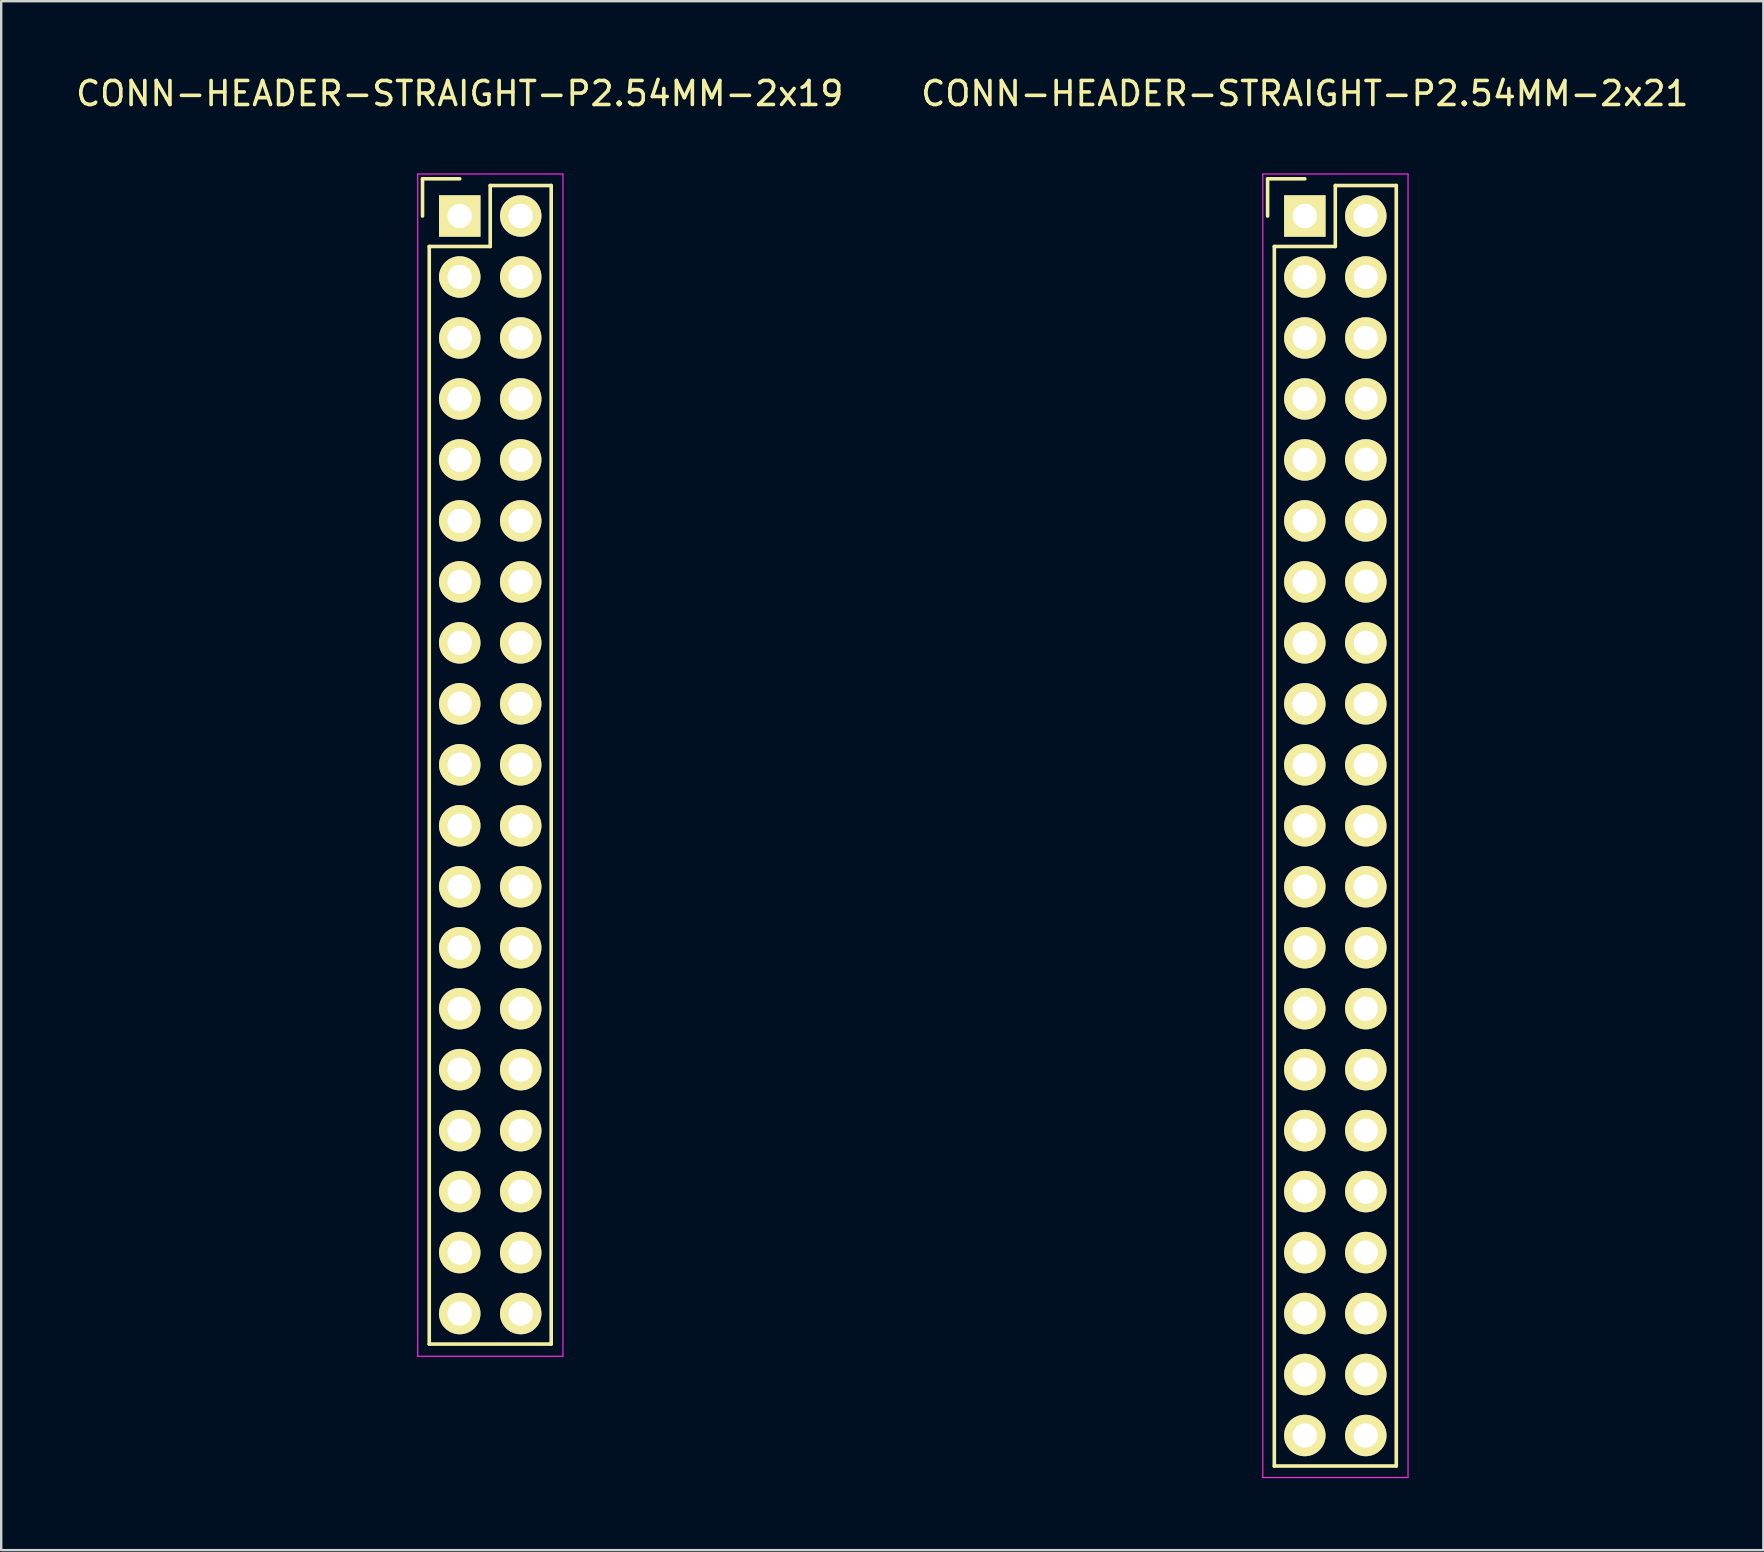
<source format=kicad_pcb>
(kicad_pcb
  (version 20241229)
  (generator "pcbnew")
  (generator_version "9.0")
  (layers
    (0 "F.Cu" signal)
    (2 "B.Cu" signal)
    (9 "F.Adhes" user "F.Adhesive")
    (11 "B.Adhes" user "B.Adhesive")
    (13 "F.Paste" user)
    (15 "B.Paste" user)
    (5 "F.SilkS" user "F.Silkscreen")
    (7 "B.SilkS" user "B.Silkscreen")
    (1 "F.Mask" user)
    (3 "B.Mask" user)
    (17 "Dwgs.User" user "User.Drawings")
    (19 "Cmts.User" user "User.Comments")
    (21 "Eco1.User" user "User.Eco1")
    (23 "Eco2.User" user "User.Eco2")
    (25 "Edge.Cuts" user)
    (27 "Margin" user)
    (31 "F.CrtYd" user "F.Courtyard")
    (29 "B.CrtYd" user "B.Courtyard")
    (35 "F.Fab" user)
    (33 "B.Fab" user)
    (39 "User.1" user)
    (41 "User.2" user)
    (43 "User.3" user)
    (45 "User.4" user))
  (footprint "CONN-HEADER-STRAIGHT-P2.54MM-2x21"
    (layer "F.Cu")
    (at 51.304 5.948)
    (property "Reference" "CONN-HEADER-STRAIGHT-P2.54MM-2x21" (at 0 -5.1 0) (layer "F.SilkS") (effects (font (size 1 1) (thickness 0.15))))
    (attr through_hole)
    (fp_line (start -1.55 -1.55) (end -1.55 0) (stroke (width 0.15) (type solid)) (layer "F.SilkS"))
    (fp_line (start -1.27 1.27) (end -1.27 52.07) (stroke (width 0.15) (type solid)) (layer "F.SilkS"))
    (fp_line (start 0 -1.55) (end -1.55 -1.55) (stroke (width 0.15) (type solid)) (layer "F.SilkS"))
    (fp_line (start 1.27 -1.27) (end 1.27 1.27) (stroke (width 0.15) (type solid)) (layer "F.SilkS"))
    (fp_line (start 1.27 1.27) (end -1.27 1.27) (stroke (width 0.15) (type solid)) (layer "F.SilkS"))
    (fp_line (start 3.81 -1.27) (end 1.27 -1.27) (stroke (width 0.15) (type solid)) (layer "F.SilkS"))
    (fp_line (start 3.81 52.07) (end -1.27 52.07) (stroke (width 0.15) (type solid)) (layer "F.SilkS"))
    (fp_line (start 3.81 52.07) (end 3.81 -1.27) (stroke (width 0.15) (type solid)) (layer "F.SilkS"))
    (fp_line (start -1.75 -1.75) (end -1.75 52.55) (stroke (width 0.05) (type solid)) (layer "F.CrtYd"))
    (fp_line (start -1.75 -1.75) (end 4.3 -1.75) (stroke (width 0.05) (type solid)) (layer "F.CrtYd"))
    (fp_line (start -1.75 52.55) (end 4.3 52.55) (stroke (width 0.05) (type solid)) (layer "F.CrtYd"))
    (fp_line (start 4.3 -1.75) (end 4.3 52.55) (stroke (width 0.05) (type solid)) (layer "F.CrtYd"))
    (pad "1" thru_hole rect (at 0 0) (size 1.727 1.727) (drill 1.016) (layers "*.Cu" "*.Mask" "F.SilkS"))
    (pad "2" thru_hole oval (at 2.54 0) (size 1.727 1.727) (drill 1.016) (layers "*.Cu" "*.Mask" "F.SilkS"))
    (pad "3" thru_hole oval (at 0 2.54) (size 1.727 1.727) (drill 1.016) (layers "*.Cu" "*.Mask" "F.SilkS"))
    (pad "4" thru_hole oval (at 2.54 2.54) (size 1.727 1.727) (drill 1.016) (layers "*.Cu" "*.Mask" "F.SilkS"))
    (pad "5" thru_hole oval (at 0 5.08) (size 1.727 1.727) (drill 1.016) (layers "*.Cu" "*.Mask" "F.SilkS"))
    (pad "6" thru_hole oval (at 2.54 5.08) (size 1.727 1.727) (drill 1.016) (layers "*.Cu" "*.Mask" "F.SilkS"))
    (pad "7" thru_hole oval (at 0 7.62) (size 1.727 1.727) (drill 1.016) (layers "*.Cu" "*.Mask" "F.SilkS"))
    (pad "8" thru_hole oval (at 2.54 7.62) (size 1.727 1.727) (drill 1.016) (layers "*.Cu" "*.Mask" "F.SilkS"))
    (pad "9" thru_hole oval (at 0 10.16) (size 1.727 1.727) (drill 1.016) (layers "*.Cu" "*.Mask" "F.SilkS"))
    (pad "10" thru_hole oval (at 2.54 10.16) (size 1.727 1.727) (drill 1.016) (layers "*.Cu" "*.Mask" "F.SilkS"))
    (pad "11" thru_hole oval (at 0 12.7) (size 1.727 1.727) (drill 1.016) (layers "*.Cu" "*.Mask" "F.SilkS"))
    (pad "12" thru_hole oval (at 2.54 12.7) (size 1.727 1.727) (drill 1.016) (layers "*.Cu" "*.Mask" "F.SilkS"))
    (pad "13" thru_hole oval (at 0 15.24) (size 1.727 1.727) (drill 1.016) (layers "*.Cu" "*.Mask" "F.SilkS"))
    (pad "14" thru_hole oval (at 2.54 15.24) (size 1.727 1.727) (drill 1.016) (layers "*.Cu" "*.Mask" "F.SilkS"))
    (pad "15" thru_hole oval (at 0 17.78) (size 1.727 1.727) (drill 1.016) (layers "*.Cu" "*.Mask" "F.SilkS"))
    (pad "16" thru_hole oval (at 2.54 17.78) (size 1.727 1.727) (drill 1.016) (layers "*.Cu" "*.Mask" "F.SilkS"))
    (pad "17" thru_hole oval (at 0 20.32) (size 1.727 1.727) (drill 1.016) (layers "*.Cu" "*.Mask" "F.SilkS"))
    (pad "18" thru_hole oval (at 2.54 20.32) (size 1.727 1.727) (drill 1.016) (layers "*.Cu" "*.Mask" "F.SilkS"))
    (pad "19" thru_hole oval (at 0 22.86) (size 1.727 1.727) (drill 1.016) (layers "*.Cu" "*.Mask" "F.SilkS"))
    (pad "20" thru_hole oval (at 2.54 22.86) (size 1.727 1.727) (drill 1.016) (layers "*.Cu" "*.Mask" "F.SilkS"))
    (pad "21" thru_hole oval (at 0 25.4) (size 1.727 1.727) (drill 1.016) (layers "*.Cu" "*.Mask" "F.SilkS"))
    (pad "22" thru_hole oval (at 2.54 25.4) (size 1.727 1.727) (drill 1.016) (layers "*.Cu" "*.Mask" "F.SilkS"))
    (pad "23" thru_hole oval (at 0 27.94) (size 1.727 1.727) (drill 1.016) (layers "*.Cu" "*.Mask" "F.SilkS"))
    (pad "24" thru_hole oval (at 2.54 27.94) (size 1.727 1.727) (drill 1.016) (layers "*.Cu" "*.Mask" "F.SilkS"))
    (pad "25" thru_hole oval (at 0 30.48) (size 1.727 1.727) (drill 1.016) (layers "*.Cu" "*.Mask" "F.SilkS"))
    (pad "26" thru_hole oval (at 2.54 30.48) (size 1.727 1.727) (drill 1.016) (layers "*.Cu" "*.Mask" "F.SilkS"))
    (pad "27" thru_hole oval (at 0 33.02) (size 1.727 1.727) (drill 1.016) (layers "*.Cu" "*.Mask" "F.SilkS"))
    (pad "28" thru_hole oval (at 2.54 33.02) (size 1.727 1.727) (drill 1.016) (layers "*.Cu" "*.Mask" "F.SilkS"))
    (pad "29" thru_hole oval (at 0 35.56) (size 1.727 1.727) (drill 1.016) (layers "*.Cu" "*.Mask" "F.SilkS"))
    (pad "30" thru_hole oval (at 2.54 35.56) (size 1.727 1.727) (drill 1.016) (layers "*.Cu" "*.Mask" "F.SilkS"))
    (pad "31" thru_hole oval (at 0 38.1) (size 1.727 1.727) (drill 1.016) (layers "*.Cu" "*.Mask" "F.SilkS"))
    (pad "32" thru_hole oval (at 2.54 38.1) (size 1.727 1.727) (drill 1.016) (layers "*.Cu" "*.Mask" "F.SilkS"))
    (pad "33" thru_hole oval (at 0 40.64) (size 1.727 1.727) (drill 1.016) (layers "*.Cu" "*.Mask" "F.SilkS"))
    (pad "34" thru_hole oval (at 2.54 40.64) (size 1.727 1.727) (drill 1.016) (layers "*.Cu" "*.Mask" "F.SilkS"))
    (pad "35" thru_hole oval (at 0 43.18) (size 1.727 1.727) (drill 1.016) (layers "*.Cu" "*.Mask" "F.SilkS"))
    (pad "36" thru_hole oval (at 2.54 43.18) (size 1.727 1.727) (drill 1.016) (layers "*.Cu" "*.Mask" "F.SilkS"))
    (pad "37" thru_hole oval (at 0 45.72) (size 1.727 1.727) (drill 1.016) (layers "*.Cu" "*.Mask" "F.SilkS"))
    (pad "38" thru_hole oval (at 2.54 45.72) (size 1.727 1.727) (drill 1.016) (layers "*.Cu" "*.Mask" "F.SilkS"))
    (pad "39" thru_hole oval (at 0 48.26) (size 1.727 1.727) (drill 1.016) (layers "*.Cu" "*.Mask" "F.SilkS"))
    (pad "40" thru_hole oval (at 2.54 48.26) (size 1.727 1.727) (drill 1.016) (layers "*.Cu" "*.Mask" "F.SilkS"))
    (pad "41" thru_hole oval (at 0 50.8) (size 1.727 1.727) (drill 1.016) (layers "*.Cu" "*.Mask" "F.SilkS"))
    (pad "42" thru_hole oval (at 2.54 50.8) (size 1.727 1.727) (drill 1.016) (layers "*.Cu" "*.Mask" "F.SilkS")))
  (footprint "CONN-HEADER-STRAIGHT-P2.54MM-2x19"
    (layer "F.Cu")
    (at 16.101 5.948)
    (property "Reference" "CONN-HEADER-STRAIGHT-P2.54MM-2x19" (at 0 -5.1 0) (layer "F.SilkS") (effects (font (size 1 1) (thickness 0.15))))
    (attr through_hole)
    (fp_line (start -1.55 -1.55) (end -1.55 0) (stroke (width 0.15) (type solid)) (layer "F.SilkS"))
    (fp_line (start -1.27 46.99) (end -1.27 1.27) (stroke (width 0.15) (type solid)) (layer "F.SilkS"))
    (fp_line (start 0 -1.55) (end -1.55 -1.55) (stroke (width 0.15) (type solid)) (layer "F.SilkS"))
    (fp_line (start 1.27 -1.27) (end 1.27 1.27) (stroke (width 0.15) (type solid)) (layer "F.SilkS"))
    (fp_line (start 1.27 1.27) (end -1.27 1.27) (stroke (width 0.15) (type solid)) (layer "F.SilkS"))
    (fp_line (start 3.81 -1.27) (end 1.27 -1.27) (stroke (width 0.15) (type solid)) (layer "F.SilkS"))
    (fp_line (start 3.81 -1.27) (end 3.81 46.99) (stroke (width 0.15) (type solid)) (layer "F.SilkS"))
    (fp_line (start 3.81 46.99) (end -1.27 46.99) (stroke (width 0.15) (type solid)) (layer "F.SilkS"))
    (fp_line (start -1.75 -1.75) (end -1.75 47.5) (stroke (width 0.05) (type solid)) (layer "F.CrtYd"))
    (fp_line (start -1.75 -1.75) (end 4.3 -1.75) (stroke (width 0.05) (type solid)) (layer "F.CrtYd"))
    (fp_line (start -1.75 47.5) (end 4.3 47.5) (stroke (width 0.05) (type solid)) (layer "F.CrtYd"))
    (fp_line (start 4.3 -1.75) (end 4.3 47.5) (stroke (width 0.05) (type solid)) (layer "F.CrtYd"))
    (pad "1" thru_hole rect (at 0 0) (size 1.727 1.727) (drill 1.016) (layers "*.Cu" "*.Mask" "F.SilkS"))
    (pad "2" thru_hole oval (at 2.54 0) (size 1.727 1.727) (drill 1.016) (layers "*.Cu" "*.Mask" "F.SilkS"))
    (pad "3" thru_hole oval (at 0 2.54) (size 1.727 1.727) (drill 1.016) (layers "*.Cu" "*.Mask" "F.SilkS"))
    (pad "4" thru_hole oval (at 2.54 2.54) (size 1.727 1.727) (drill 1.016) (layers "*.Cu" "*.Mask" "F.SilkS"))
    (pad "5" thru_hole oval (at 0 5.08) (size 1.727 1.727) (drill 1.016) (layers "*.Cu" "*.Mask" "F.SilkS"))
    (pad "6" thru_hole oval (at 2.54 5.08) (size 1.727 1.727) (drill 1.016) (layers "*.Cu" "*.Mask" "F.SilkS"))
    (pad "7" thru_hole oval (at 0 7.62) (size 1.727 1.727) (drill 1.016) (layers "*.Cu" "*.Mask" "F.SilkS"))
    (pad "8" thru_hole oval (at 2.54 7.62) (size 1.727 1.727) (drill 1.016) (layers "*.Cu" "*.Mask" "F.SilkS"))
    (pad "9" thru_hole oval (at 0 10.16) (size 1.727 1.727) (drill 1.016) (layers "*.Cu" "*.Mask" "F.SilkS"))
    (pad "10" thru_hole oval (at 2.54 10.16) (size 1.727 1.727) (drill 1.016) (layers "*.Cu" "*.Mask" "F.SilkS"))
    (pad "11" thru_hole oval (at 0 12.7) (size 1.727 1.727) (drill 1.016) (layers "*.Cu" "*.Mask" "F.SilkS"))
    (pad "12" thru_hole oval (at 2.54 12.7) (size 1.727 1.727) (drill 1.016) (layers "*.Cu" "*.Mask" "F.SilkS"))
    (pad "13" thru_hole oval (at 0 15.24) (size 1.727 1.727) (drill 1.016) (layers "*.Cu" "*.Mask" "F.SilkS"))
    (pad "14" thru_hole oval (at 2.54 15.24) (size 1.727 1.727) (drill 1.016) (layers "*.Cu" "*.Mask" "F.SilkS"))
    (pad "15" thru_hole oval (at 0 17.78) (size 1.727 1.727) (drill 1.016) (layers "*.Cu" "*.Mask" "F.SilkS"))
    (pad "16" thru_hole oval (at 2.54 17.78) (size 1.727 1.727) (drill 1.016) (layers "*.Cu" "*.Mask" "F.SilkS"))
    (pad "17" thru_hole oval (at 0 20.32) (size 1.727 1.727) (drill 1.016) (layers "*.Cu" "*.Mask" "F.SilkS"))
    (pad "18" thru_hole oval (at 2.54 20.32) (size 1.727 1.727) (drill 1.016) (layers "*.Cu" "*.Mask" "F.SilkS"))
    (pad "19" thru_hole oval (at 0 22.86) (size 1.727 1.727) (drill 1.016) (layers "*.Cu" "*.Mask" "F.SilkS"))
    (pad "20" thru_hole oval (at 2.54 22.86) (size 1.727 1.727) (drill 1.016) (layers "*.Cu" "*.Mask" "F.SilkS"))
    (pad "21" thru_hole oval (at 0 25.4) (size 1.727 1.727) (drill 1.016) (layers "*.Cu" "*.Mask" "F.SilkS"))
    (pad "22" thru_hole oval (at 2.54 25.4) (size 1.727 1.727) (drill 1.016) (layers "*.Cu" "*.Mask" "F.SilkS"))
    (pad "23" thru_hole oval (at 0 27.94) (size 1.727 1.727) (drill 1.016) (layers "*.Cu" "*.Mask" "F.SilkS"))
    (pad "24" thru_hole oval (at 2.54 27.94) (size 1.727 1.727) (drill 1.016) (layers "*.Cu" "*.Mask" "F.SilkS"))
    (pad "25" thru_hole oval (at 0 30.48) (size 1.727 1.727) (drill 1.016) (layers "*.Cu" "*.Mask" "F.SilkS"))
    (pad "26" thru_hole oval (at 2.54 30.48) (size 1.727 1.727) (drill 1.016) (layers "*.Cu" "*.Mask" "F.SilkS"))
    (pad "27" thru_hole oval (at 0 33.02) (size 1.727 1.727) (drill 1.016) (layers "*.Cu" "*.Mask" "F.SilkS"))
    (pad "28" thru_hole oval (at 2.54 33.02) (size 1.727 1.727) (drill 1.016) (layers "*.Cu" "*.Mask" "F.SilkS"))
    (pad "29" thru_hole oval (at 0 35.56) (size 1.727 1.727) (drill 1.016) (layers "*.Cu" "*.Mask" "F.SilkS"))
    (pad "30" thru_hole oval (at 2.54 35.56) (size 1.727 1.727) (drill 1.016) (layers "*.Cu" "*.Mask" "F.SilkS"))
    (pad "31" thru_hole oval (at 0 38.1) (size 1.727 1.727) (drill 1.016) (layers "*.Cu" "*.Mask" "F.SilkS"))
    (pad "32" thru_hole oval (at 2.54 38.1) (size 1.727 1.727) (drill 1.016) (layers "*.Cu" "*.Mask" "F.SilkS"))
    (pad "33" thru_hole oval (at 0 40.64) (size 1.727 1.727) (drill 1.016) (layers "*.Cu" "*.Mask" "F.SilkS"))
    (pad "34" thru_hole oval (at 2.54 40.64) (size 1.727 1.727) (drill 1.016) (layers "*.Cu" "*.Mask" "F.SilkS"))
    (pad "35" thru_hole oval (at 0 43.18) (size 1.727 1.727) (drill 1.016) (layers "*.Cu" "*.Mask" "F.SilkS"))
    (pad "36" thru_hole oval (at 2.54 43.18) (size 1.727 1.727) (drill 1.016) (layers "*.Cu" "*.Mask" "F.SilkS"))
    (pad "37" thru_hole oval (at 0 45.72) (size 1.727 1.727) (drill 1.016) (layers "*.Cu" "*.Mask" "F.SilkS"))
    (pad "38" thru_hole oval (at 2.54 45.72) (size 1.727 1.727) (drill 1.016) (layers "*.Cu" "*.Mask" "F.SilkS")))
  (gr_rect
    (start -3 -3)
    (end 70.405 61.523)
    (stroke (width 0.1) (type default))
    (fill no)
    (layer "Edge.Cuts")))
</source>
